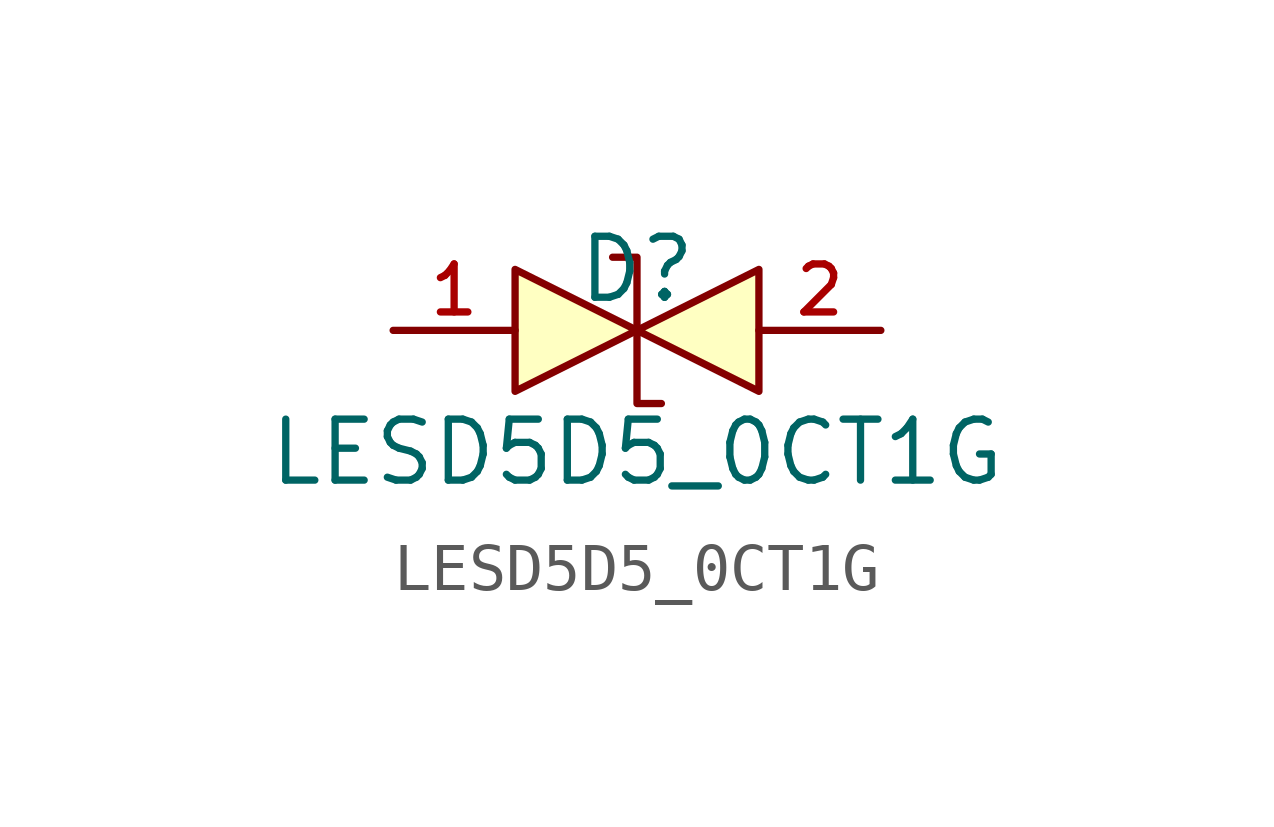
<source format=kicad_sym>
(kicad_symbol_lib
  (version 20210201)
  (generator TousstNicolas/JLC2KiCad_lib)
  (symbol "LESD5D5_0CT1G"
    (pin_names hide)
    (property "Reference" "D"
      (at 0 1.27 0)
      (effects (font (size 1.27 1.27))))
    (property "Value" "LESD5D5_0CT1G"
      (at 0 -2.54 0)
      (effects (font (size 1.27 1.27))))
    (symbol "LESD5D5_0CT1G_0_1"
      (pin unspecified line (at 5.08 -0.0 180) (length 2.54) (name "2" (effects (font (size 1 1)))) (number "2" (effects (font (size 1 1)))))
      (pin unspecified line (at -5.08 -0.0 0) (length 2.54) (name "1" (effects (font (size 1 1)))) (number "1" (effects (font (size 1 1)))))
      (polyline (pts (xy -2.54 1.27) (xy 0.0 -0.0) (xy -2.54 -1.27) (xy -2.54 1.27)) (stroke (width 0) (type default) (color 0 0 0 0)) (fill (type background)))
      (polyline (pts (xy 2.54 1.27) (xy 0.0 -0.0) (xy 2.54 -1.27) (xy 2.54 1.27)) (stroke (width 0) (type default) (color 0 0 0 0)) (fill (type background)))
      (polyline (pts (xy -0.508 1.524) (xy -0.508 1.524) (xy 0.0 1.524) (xy 0.0 -1.524) (xy 0.508 -1.524) (xy 0.508 -1.524)) (stroke (width 0) (type default) (color 0 0 0 0)) (fill (type none))))))
</source>
